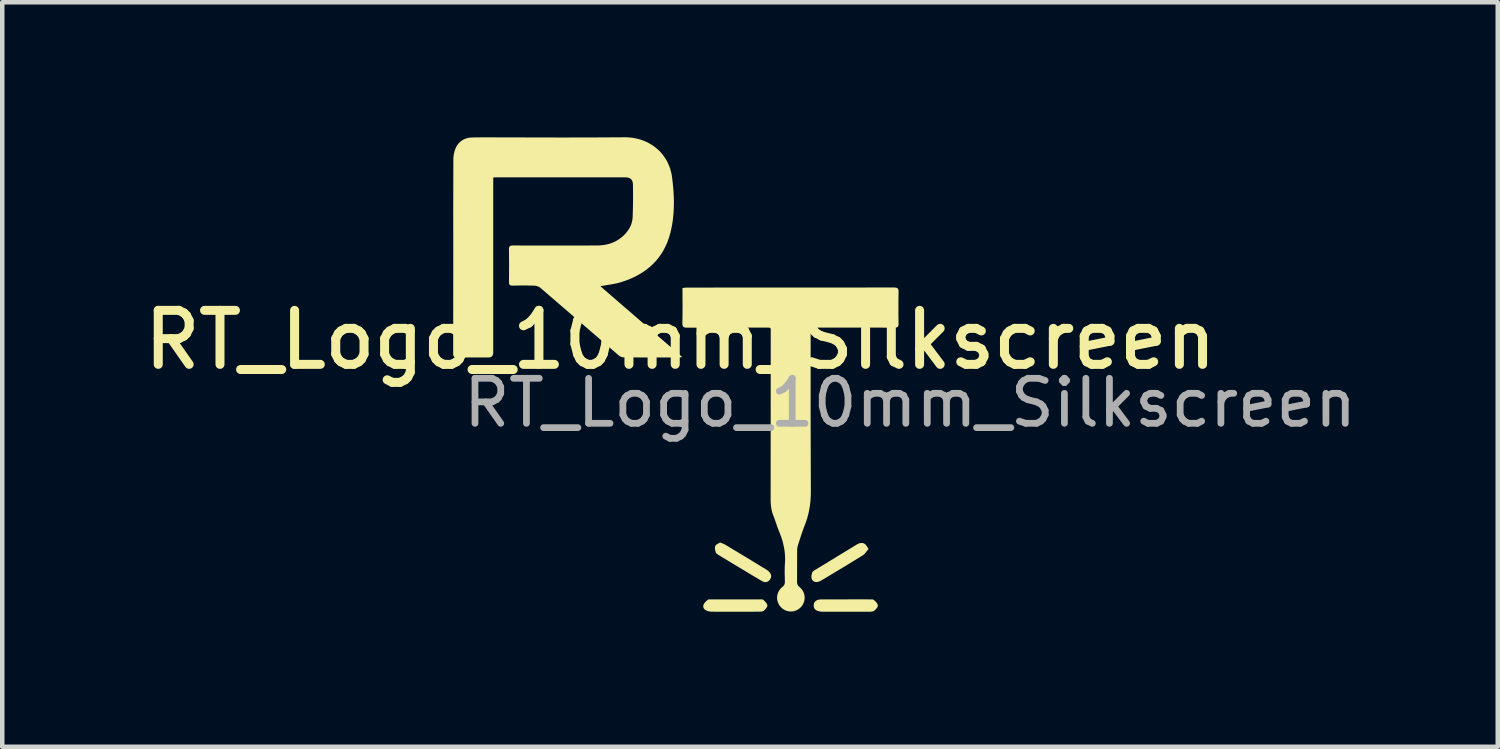
<source format=kicad_pcb>
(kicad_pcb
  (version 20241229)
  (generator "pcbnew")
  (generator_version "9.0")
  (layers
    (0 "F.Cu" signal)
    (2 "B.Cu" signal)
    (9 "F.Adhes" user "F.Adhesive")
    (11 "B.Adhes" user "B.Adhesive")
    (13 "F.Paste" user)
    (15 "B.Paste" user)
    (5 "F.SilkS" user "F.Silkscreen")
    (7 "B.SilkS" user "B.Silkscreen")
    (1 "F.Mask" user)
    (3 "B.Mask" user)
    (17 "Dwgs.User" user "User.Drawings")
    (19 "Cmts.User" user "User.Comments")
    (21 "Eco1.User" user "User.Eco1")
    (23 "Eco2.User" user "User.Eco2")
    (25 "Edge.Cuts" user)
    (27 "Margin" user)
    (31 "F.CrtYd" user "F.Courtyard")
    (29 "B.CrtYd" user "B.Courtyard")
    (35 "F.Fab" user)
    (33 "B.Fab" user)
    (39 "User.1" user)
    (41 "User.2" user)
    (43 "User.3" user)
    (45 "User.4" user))
  (footprint "RT_Logo_10mm_Silkscreen"
    (layer "F.Cu")
    (at 12.066 5.1)
    (property "Reference" "RT_Logo_10mm_Silkscreen" (at 0 -0.6 0) (unlocked yes) (layer "F.SilkS") (effects (font (size 1.2 1.2) (thickness 0.2))))
    (attr smd)
    (fp_poly (pts (xy 0.882 3.902) (xy 0.882 3.902) (xy 0.882 3.902)) (stroke (width 0) (type solid)) (fill yes) (layer "F.SilkS"))
    (fp_poly (pts (xy 4.031 3.913) (xy 4.036 3.913) (xy 4.042 3.914) (xy 4.048 3.915) (xy 4.054 3.916) (xy 4.06 3.917) (xy 4.066 3.919) (xy 4.071 3.921) (xy 4.077 3.924) (xy 4.083 3.927) (xy 4.089 3.93) (xy 4.095 3.933) (xy 4.098 3.935) (xy 4.101 3.937) (xy 4.103 3.94) (xy 4.106 3.942) (xy 4.112 3.947) (xy 4.117 3.953) (xy 4.122 3.959) (xy 4.127 3.965) (xy 4.132 3.972) (xy 4.137 3.979) (xy 4.147 3.994) (xy 4.157 4.011) (xy 4.169 4.028) (xy 4.175 4.037) (xy 4.181 4.046) (xy 4.181 4.046) (xy 4.172 4.056) (xy 4.164 4.066) (xy 4.148 4.086) (xy 4.118 4.124) (xy 4.11 4.133) (xy 4.103 4.142) (xy 4.095 4.151) (xy 4.087 4.159) (xy 4.079 4.166) (xy 4.071 4.173) (xy 4.062 4.18) (xy 4.054 4.186) (xy 3.83 4.324) (xy 3.605 4.461) (xy 3.154 4.732) (xy 3.143 4.738) (xy 3.133 4.744) (xy 3.122 4.75) (xy 3.111 4.756) (xy 3.1 4.761) (xy 3.089 4.766) (xy 3.083 4.768) (xy 3.077 4.77) (xy 3.072 4.772) (xy 3.066 4.774) (xy 3.054 4.777) (xy 3.043 4.779) (xy 3.031 4.78) (xy 3.02 4.781) (xy 3.009 4.78) (xy 2.999 4.779) (xy 2.988 4.776) (xy 2.978 4.773) (xy 2.974 4.771) (xy 2.969 4.769) (xy 2.964 4.767) (xy 2.96 4.764) (xy 2.956 4.762) (xy 2.952 4.759) (xy 2.948 4.755) (xy 2.944 4.752) (xy 2.94 4.748) (xy 2.937 4.744) (xy 2.934 4.74) (xy 2.93 4.736) (xy 2.928 4.731) (xy 2.925 4.726) (xy 2.922 4.721) (xy 2.92 4.716) (xy 2.917 4.708) (xy 2.915 4.7) (xy 2.913 4.692) (xy 2.912 4.683) (xy 2.912 4.674) (xy 2.911 4.665) (xy 2.912 4.656) (xy 2.912 4.646) (xy 2.913 4.637) (xy 2.914 4.628) (xy 2.916 4.618) (xy 2.918 4.609) (xy 2.92 4.6) (xy 2.922 4.591) (xy 2.927 4.573) (xy 2.928 4.571) (xy 2.928 4.568) (xy 2.93 4.566) (xy 2.931 4.564) (xy 2.932 4.561) (xy 2.934 4.559) (xy 2.935 4.557) (xy 2.937 4.554) (xy 2.939 4.552) (xy 2.941 4.55) (xy 2.945 4.546) (xy 2.95 4.542) (xy 2.955 4.537) (xy 2.96 4.534) (xy 2.965 4.53) (xy 2.97 4.526) (xy 2.976 4.522) (xy 2.987 4.515) (xy 2.997 4.509) (xy 3.91 3.953) (xy 3.921 3.946) (xy 3.933 3.94) (xy 3.944 3.934) (xy 3.955 3.929) (xy 3.967 3.924) (xy 3.978 3.92) (xy 3.99 3.917) (xy 4.001 3.915) (xy 4.013 3.913) (xy 4.019 3.913) (xy 4.025 3.913)) (stroke (width 0) (type solid)) (fill yes) (layer "F.SilkS"))
    (fp_poly (pts (xy 0.9 3.91) (xy 0.918 3.916) (xy 0.949 3.929) (xy 0.963 3.934) (xy 0.976 3.94) (xy 0.989 3.947) (xy 0.995 3.95) (xy 1.001 3.954) (xy 1.459 4.23) (xy 1.915 4.508) (xy 1.922 4.512) (xy 1.929 4.517) (xy 1.936 4.522) (xy 1.942 4.527) (xy 1.948 4.532) (xy 1.955 4.537) (xy 1.961 4.543) (xy 1.967 4.548) (xy 1.976 4.558) (xy 1.984 4.567) (xy 1.991 4.577) (xy 1.995 4.582) (xy 1.998 4.587) (xy 2.001 4.592) (xy 2.003 4.598) (xy 2.006 4.603) (xy 2.008 4.608) (xy 2.01 4.613) (xy 2.011 4.618) (xy 2.013 4.624) (xy 2.014 4.629) (xy 2.015 4.635) (xy 2.015 4.64) (xy 2.016 4.645) (xy 2.016 4.651) (xy 2.015 4.656) (xy 2.015 4.662) (xy 2.014 4.668) (xy 2.013 4.673) (xy 2.012 4.679) (xy 2.01 4.684) (xy 2.008 4.69) (xy 2.006 4.696) (xy 2.003 4.701) (xy 2.001 4.707) (xy 1.998 4.713) (xy 1.994 4.718) (xy 1.99 4.724) (xy 1.986 4.73) (xy 1.982 4.735) (xy 1.978 4.74) (xy 1.973 4.745) (xy 1.969 4.749) (xy 1.964 4.753) (xy 1.96 4.757) (xy 1.955 4.761) (xy 1.95 4.764) (xy 1.945 4.767) (xy 1.94 4.77) (xy 1.934 4.773) (xy 1.929 4.775) (xy 1.924 4.777) (xy 1.918 4.779) (xy 1.913 4.78) (xy 1.907 4.781) (xy 1.901 4.782) (xy 1.895 4.783) (xy 1.89 4.783) (xy 1.884 4.783) (xy 1.878 4.782) (xy 1.872 4.782) (xy 1.866 4.781) (xy 1.86 4.779) (xy 1.854 4.777) (xy 1.848 4.775) (xy 1.841 4.773) (xy 1.835 4.771) (xy 1.829 4.768) (xy 1.823 4.764) (xy 1.769 4.734) (xy 1.715 4.702) (xy 1.608 4.639) (xy 1.395 4.51) (xy 1.126 4.349) (xy 0.857 4.186) (xy 0.847 4.179) (xy 0.836 4.173) (xy 0.83 4.169) (xy 0.825 4.165) (xy 0.82 4.161) (xy 0.815 4.158) (xy 0.81 4.153) (xy 0.805 4.149) (xy 0.801 4.145) (xy 0.797 4.141) (xy 0.793 4.136) (xy 0.79 4.131) (xy 0.789 4.129) (xy 0.788 4.127) (xy 0.787 4.124) (xy 0.786 4.122) (xy 0.781 4.104) (xy 0.776 4.086) (xy 0.774 4.077) (xy 0.772 4.067) (xy 0.77 4.058) (xy 0.769 4.048) (xy 0.768 4.039) (xy 0.768 4.029) (xy 0.768 4.02) (xy 0.768 4.011) (xy 0.769 4.003) (xy 0.771 3.994) (xy 0.773 3.986) (xy 0.776 3.979) (xy 0.777 3.975) (xy 0.779 3.972) (xy 0.781 3.969) (xy 0.783 3.966) (xy 0.786 3.963) (xy 0.788 3.96) (xy 0.791 3.958) (xy 0.794 3.955) (xy 0.8 3.95) (xy 0.807 3.945) (xy 0.814 3.94) (xy 0.821 3.936) (xy 0.829 3.931) (xy 0.837 3.927) (xy 0.853 3.919) (xy 0.868 3.911) (xy 0.875 3.906) (xy 0.882 3.902)) (stroke (width 0) (type solid)) (fill yes) (layer "F.SilkS"))
    (fp_poly (pts (xy 1.798 5.166) (xy 1.804 5.166) (xy 1.81 5.166) (xy 1.816 5.167) (xy 1.821 5.168) (xy 1.827 5.169) (xy 1.831 5.171) (xy 1.836 5.173) (xy 1.838 5.174) (xy 1.84 5.175) (xy 1.842 5.177) (xy 1.844 5.178) (xy 1.858 5.191) (xy 1.873 5.205) (xy 1.88 5.213) (xy 1.887 5.22) (xy 1.894 5.228) (xy 1.9 5.235) (xy 1.907 5.243) (xy 1.912 5.251) (xy 1.917 5.259) (xy 1.922 5.267) (xy 1.924 5.271) (xy 1.925 5.275) (xy 1.927 5.279) (xy 1.928 5.283) (xy 1.93 5.287) (xy 1.93 5.291) (xy 1.931 5.295) (xy 1.932 5.299) (xy 1.932 5.303) (xy 1.932 5.307) (xy 1.931 5.31) (xy 1.931 5.314) (xy 1.93 5.318) (xy 1.929 5.322) (xy 1.927 5.326) (xy 1.926 5.329) (xy 1.922 5.337) (xy 1.917 5.345) (xy 1.912 5.353) (xy 1.907 5.361) (xy 1.901 5.369) (xy 1.894 5.376) (xy 1.888 5.384) (xy 1.881 5.391) (xy 1.874 5.398) (xy 1.867 5.405) (xy 1.86 5.411) (xy 1.853 5.417) (xy 1.851 5.419) (xy 1.848 5.421) (xy 1.846 5.422) (xy 1.843 5.424) (xy 1.838 5.427) (xy 1.832 5.429) (xy 1.826 5.431) (xy 1.82 5.433) (xy 1.813 5.434) (xy 1.807 5.436) (xy 1.8 5.437) (xy 1.793 5.437) (xy 1.786 5.438) (xy 1.779 5.438) (xy 1.765 5.439) (xy 1.752 5.439) (xy 1.619 5.44) (xy 1.486 5.44) (xy 1.22 5.44) (xy 1.22 5.441) (xy 0.958 5.441) (xy 0.827 5.441) (xy 0.696 5.439) (xy 0.69 5.439) (xy 0.683 5.439) (xy 0.676 5.439) (xy 0.67 5.438) (xy 0.663 5.437) (xy 0.657 5.436) (xy 0.644 5.434) (xy 0.631 5.431) (xy 0.618 5.428) (xy 0.605 5.424) (xy 0.593 5.42) (xy 0.582 5.416) (xy 0.572 5.412) (xy 0.562 5.406) (xy 0.558 5.403) (xy 0.553 5.4) (xy 0.549 5.397) (xy 0.545 5.394) (xy 0.541 5.391) (xy 0.537 5.387) (xy 0.534 5.384) (xy 0.53 5.38) (xy 0.527 5.376) (xy 0.524 5.372) (xy 0.521 5.368) (xy 0.519 5.364) (xy 0.517 5.359) (xy 0.515 5.355) (xy 0.513 5.351) (xy 0.511 5.346) (xy 0.51 5.341) (xy 0.509 5.337) (xy 0.508 5.332) (xy 0.508 5.327) (xy 0.507 5.322) (xy 0.508 5.317) (xy 0.508 5.312) (xy 0.509 5.306) (xy 0.51 5.301) (xy 0.511 5.296) (xy 0.514 5.287) (xy 0.517 5.279) (xy 0.521 5.271) (xy 0.526 5.263) (xy 0.531 5.255) (xy 0.537 5.247) (xy 0.542 5.239) (xy 0.549 5.232) (xy 0.555 5.224) (xy 0.562 5.217) (xy 0.569 5.21) (xy 0.576 5.203) (xy 0.591 5.19) (xy 0.605 5.177) (xy 0.607 5.176) (xy 0.609 5.175) (xy 0.611 5.173) (xy 0.613 5.172) (xy 0.615 5.171) (xy 0.618 5.17) (xy 0.622 5.169) (xy 0.628 5.168) (xy 0.633 5.167) (xy 0.639 5.166) (xy 0.645 5.166) (xy 0.651 5.166) (xy 0.657 5.166) (xy 0.669 5.166) (xy 0.681 5.166) (xy 0.692 5.166) (xy 1.756 5.166) (xy 1.78 5.166) (xy 1.792 5.165)) (stroke (width 0) (type solid)) (fill yes) (layer "F.SilkS"))
    (fp_poly (pts (xy 4.212 5.166) (xy 4.235 5.166) (xy 4.247 5.166) (xy 4.253 5.166) (xy 4.259 5.166) (xy 4.265 5.167) (xy 4.271 5.168) (xy 4.276 5.169) (xy 4.282 5.17) (xy 4.286 5.172) (xy 4.291 5.174) (xy 4.293 5.175) (xy 4.295 5.176) (xy 4.297 5.177) (xy 4.299 5.179) (xy 4.313 5.192) (xy 4.328 5.206) (xy 4.335 5.213) (xy 4.342 5.221) (xy 4.349 5.229) (xy 4.355 5.236) (xy 4.361 5.244) (xy 4.367 5.252) (xy 4.372 5.26) (xy 4.376 5.268) (xy 4.378 5.272) (xy 4.38 5.277) (xy 4.382 5.281) (xy 4.383 5.285) (xy 4.384 5.289) (xy 4.385 5.293) (xy 4.386 5.297) (xy 4.386 5.301) (xy 4.386 5.305) (xy 4.386 5.308) (xy 4.386 5.312) (xy 4.385 5.316) (xy 4.384 5.319) (xy 4.383 5.323) (xy 4.382 5.327) (xy 4.38 5.331) (xy 4.376 5.339) (xy 4.372 5.347) (xy 4.367 5.355) (xy 4.361 5.362) (xy 4.355 5.37) (xy 4.348 5.378) (xy 4.341 5.385) (xy 4.335 5.392) (xy 4.327 5.399) (xy 4.32 5.406) (xy 4.313 5.412) (xy 4.307 5.418) (xy 4.304 5.42) (xy 4.302 5.422) (xy 4.299 5.423) (xy 4.297 5.425) (xy 4.291 5.427) (xy 4.286 5.43) (xy 4.28 5.432) (xy 4.273 5.434) (xy 4.267 5.435) (xy 4.26 5.436) (xy 4.253 5.437) (xy 4.246 5.438) (xy 4.239 5.439) (xy 4.232 5.439) (xy 4.218 5.44) (xy 4.205 5.44) (xy 3.677 5.441) (xy 3.149 5.44) (xy 3.143 5.44) (xy 3.137 5.439) (xy 3.131 5.439) (xy 3.125 5.438) (xy 3.119 5.438) (xy 3.113 5.437) (xy 3.101 5.435) (xy 3.089 5.433) (xy 3.077 5.43) (xy 3.065 5.427) (xy 3.053 5.423) (xy 3.048 5.421) (xy 3.042 5.419) (xy 3.037 5.417) (xy 3.031 5.415) (xy 3.026 5.412) (xy 3.022 5.409) (xy 3.017 5.407) (xy 3.012 5.404) (xy 3.008 5.401) (xy 3.004 5.398) (xy 3 5.394) (xy 2.996 5.391) (xy 2.993 5.387) (xy 2.989 5.383) (xy 2.986 5.38) (xy 2.983 5.376) (xy 2.98 5.371) (xy 2.978 5.367) (xy 2.975 5.363) (xy 2.973 5.358) (xy 2.971 5.353) (xy 2.969 5.349) (xy 2.967 5.344) (xy 2.966 5.339) (xy 2.965 5.334) (xy 2.964 5.328) (xy 2.963 5.323) (xy 2.962 5.317) (xy 2.962 5.311) (xy 2.962 5.306) (xy 2.962 5.3) (xy 2.962 5.294) (xy 2.963 5.287) (xy 2.963 5.281) (xy 2.964 5.275) (xy 2.965 5.269) (xy 2.967 5.263) (xy 2.968 5.258) (xy 2.97 5.252) (xy 2.972 5.247) (xy 2.974 5.242) (xy 2.977 5.237) (xy 2.979 5.233) (xy 2.982 5.228) (xy 2.985 5.224) (xy 2.988 5.22) (xy 2.991 5.216) (xy 2.995 5.212) (xy 2.999 5.208) (xy 3.003 5.205) (xy 3.007 5.201) (xy 3.011 5.198) (xy 3.015 5.195) (xy 3.02 5.192) (xy 3.025 5.19) (xy 3.029 5.187) (xy 3.04 5.183) (xy 3.051 5.179) (xy 3.062 5.175) (xy 3.074 5.172) (xy 3.083 5.171) (xy 3.092 5.17) (xy 3.102 5.169) (xy 3.111 5.168) (xy 3.12 5.167) (xy 3.129 5.167) (xy 3.138 5.167) (xy 3.147 5.166) (xy 3.679 5.166) (xy 3.679 5.166) (xy 3.679 5.166) (xy 3.946 5.165)) (stroke (width 0) (type solid)) (fill yes) (layer "F.SilkS"))
    (fp_poly (pts (xy 4.759 -1.762) (xy 4.771 -1.762) (xy 4.783 -1.76) (xy 4.793 -1.758) (xy 4.798 -1.757) (xy 4.803 -1.756) (xy 4.807 -1.754) (xy 4.811 -1.753) (xy 4.815 -1.751) (xy 4.819 -1.748) (xy 4.822 -1.746) (xy 4.825 -1.743) (xy 4.828 -1.74) (xy 4.831 -1.737) (xy 4.833 -1.734) (xy 4.836 -1.73) (xy 4.838 -1.726) (xy 4.84 -1.722) (xy 4.841 -1.718) (xy 4.843 -1.713) (xy 4.844 -1.708) (xy 4.845 -1.702) (xy 4.846 -1.697) (xy 4.846 -1.691) (xy 4.847 -1.678) (xy 4.847 -1.663) (xy 4.844 -1.487) (xy 4.844 -1.311) (xy 4.844 -1.135) (xy 4.847 -0.959) (xy 4.846 -0.947) (xy 4.846 -0.936) (xy 4.845 -0.93) (xy 4.845 -0.926) (xy 4.844 -0.921) (xy 4.843 -0.916) (xy 4.841 -0.912) (xy 4.84 -0.908) (xy 4.839 -0.905) (xy 4.837 -0.901) (xy 4.835 -0.898) (xy 4.833 -0.895) (xy 4.83 -0.892) (xy 4.828 -0.889) (xy 4.825 -0.887) (xy 4.822 -0.884) (xy 4.819 -0.882) (xy 4.816 -0.881) (xy 4.812 -0.879) (xy 4.809 -0.877) (xy 4.805 -0.876) (xy 4.8 -0.875) (xy 4.796 -0.874) (xy 4.791 -0.873) (xy 4.781 -0.872) (xy 4.77 -0.871) (xy 4.758 -0.871) (xy 3.006 -0.872) (xy 2.894 -0.872) (xy 2.894 -0.872) (xy 2.894 -0.756) (xy 2.893 0.996) (xy 2.898 2.747) (xy 2.897 2.846) (xy 2.892 2.943) (xy 2.888 2.991) (xy 2.883 3.039) (xy 2.877 3.086) (xy 2.869 3.133) (xy 2.861 3.18) (xy 2.852 3.227) (xy 2.841 3.274) (xy 2.829 3.32) (xy 2.816 3.367) (xy 2.801 3.413) (xy 2.785 3.459) (xy 2.768 3.505) (xy 2.746 3.561) (xy 2.726 3.618) (xy 2.706 3.675) (xy 2.686 3.732) (xy 2.649 3.846) (xy 2.612 3.961) (xy 2.61 3.969) (xy 2.608 3.977) (xy 2.606 3.985) (xy 2.604 3.992) (xy 2.601 4.008) (xy 2.598 4.025) (xy 2.596 4.041) (xy 2.595 4.057) (xy 2.594 4.074) (xy 2.594 4.09) (xy 2.592 4.777) (xy 2.592 4.787) (xy 2.592 4.796) (xy 2.593 4.804) (xy 2.595 4.813) (xy 2.597 4.821) (xy 2.599 4.828) (xy 2.602 4.836) (xy 2.605 4.843) (xy 2.608 4.85) (xy 2.613 4.856) (xy 2.617 4.863) (xy 2.622 4.869) (xy 2.628 4.875) (xy 2.634 4.882) (xy 2.641 4.888) (xy 2.648 4.894) (xy 2.661 4.905) (xy 2.673 4.917) (xy 2.684 4.929) (xy 2.695 4.942) (xy 2.705 4.955) (xy 2.713 4.968) (xy 2.722 4.981) (xy 2.729 4.995) (xy 2.736 5.01) (xy 2.742 5.024) (xy 2.747 5.039) (xy 2.751 5.053) (xy 2.754 5.068) (xy 2.757 5.084) (xy 2.759 5.099) (xy 2.76 5.114) (xy 2.761 5.129) (xy 2.76 5.145) (xy 2.759 5.16) (xy 2.757 5.175) (xy 2.754 5.19) (xy 2.751 5.206) (xy 2.746 5.22) (xy 2.741 5.235) (xy 2.735 5.25) (xy 2.729 5.264) (xy 2.721 5.278) (xy 2.713 5.292) (xy 2.704 5.305) (xy 2.694 5.318) (xy 2.683 5.331) (xy 2.672 5.343) (xy 2.66 5.355) (xy 2.648 5.365) (xy 2.636 5.375) (xy 2.623 5.384) (xy 2.61 5.392) (xy 2.597 5.4) (xy 2.583 5.407) (xy 2.569 5.413) (xy 2.555 5.418) (xy 2.541 5.423) (xy 2.526 5.427) (xy 2.512 5.43) (xy 2.497 5.432) (xy 2.482 5.434) (xy 2.467 5.435) (xy 2.452 5.435) (xy 2.437 5.435) (xy 2.422 5.433) (xy 2.408 5.432) (xy 2.393 5.429) (xy 2.378 5.425) (xy 2.364 5.421) (xy 2.349 5.416) (xy 2.335 5.411) (xy 2.321 5.404) (xy 2.308 5.397) (xy 2.294 5.389) (xy 2.281 5.381) (xy 2.269 5.371) (xy 2.256 5.361) (xy 2.245 5.351) (xy 2.233 5.339) (xy 2.222 5.327) (xy 2.211 5.314) (xy 2.202 5.301) (xy 2.193 5.287) (xy 2.185 5.273) (xy 2.178 5.259) (xy 2.171 5.245) (xy 2.166 5.23) (xy 2.161 5.215) (xy 2.157 5.2) (xy 2.153 5.185) (xy 2.151 5.17) (xy 2.149 5.155) (xy 2.148 5.139) (xy 2.148 5.124) (xy 2.149 5.109) (xy 2.15 5.094) (xy 2.152 5.078) (xy 2.155 5.063) (xy 2.159 5.048) (xy 2.164 5.033) (xy 2.169 5.019) (xy 2.175 5.005) (xy 2.182 4.99) (xy 2.19 4.977) (xy 2.198 4.963) (xy 2.207 4.95) (xy 2.217 4.937) (xy 2.228 4.925) (xy 2.24 4.913) (xy 2.252 4.902) (xy 2.265 4.891) (xy 2.273 4.884) (xy 2.281 4.877) (xy 2.287 4.871) (xy 2.293 4.864) (xy 2.296 4.86) (xy 2.298 4.857) (xy 2.301 4.853) (xy 2.303 4.849) (xy 2.305 4.846) (xy 2.307 4.842) (xy 2.309 4.838) (xy 2.311 4.835) (xy 2.314 4.827) (xy 2.316 4.819) (xy 2.318 4.811) (xy 2.319 4.802) (xy 2.32 4.794) (xy 2.321 4.785) (xy 2.321 4.775) (xy 2.321 4.766) (xy 2.317 4.573) (xy 2.317 4.525) (xy 2.318 4.477) (xy 2.319 4.429) (xy 2.322 4.381) (xy 2.325 4.334) (xy 2.326 4.288) (xy 2.326 4.242) (xy 2.324 4.196) (xy 2.321 4.15) (xy 2.316 4.105) (xy 2.31 4.06) (xy 2.302 4.015) (xy 2.293 3.971) (xy 2.283 3.926) (xy 2.272 3.882) (xy 2.259 3.839) (xy 2.245 3.795) (xy 2.23 3.751) (xy 2.213 3.708) (xy 2.196 3.665) (xy 2.177 3.619) (xy 2.16 3.574) (xy 2.128 3.481) (xy 2.096 3.388) (xy 2.079 3.342) (xy 2.062 3.296) (xy 2.054 3.275) (xy 2.047 3.255) (xy 2.04 3.234) (xy 2.035 3.213) (xy 2.029 3.191) (xy 2.025 3.17) (xy 2.021 3.149) (xy 2.017 3.128) (xy 2.014 3.106) (xy 2.012 3.085) (xy 2.008 3.041) (xy 2.006 2.997) (xy 2.005 2.953) (xy 2.007 -0.747) (xy 2.007 -0.823) (xy 2.007 -0.836) (xy 2.006 -0.841) (xy 2.005 -0.846) (xy 2.004 -0.85) (xy 2.002 -0.854) (xy 2 -0.857) (xy 1.998 -0.86) (xy 1.995 -0.863) (xy 1.992 -0.865) (xy 1.988 -0.867) (xy 1.984 -0.868) (xy 1.979 -0.869) (xy 1.974 -0.87) (xy 1.961 -0.871) (xy 1.945 -0.872) (xy 1.926 -0.872) (xy 1.878 -0.872) (xy 1.014 -0.872) (xy 0.151 -0.87) (xy 0.136 -0.87) (xy 0.123 -0.871) (xy 0.111 -0.872) (xy 0.105 -0.873) (xy 0.1 -0.874) (xy 0.095 -0.875) (xy 0.09 -0.877) (xy 0.085 -0.878) (xy 0.081 -0.88) (xy 0.077 -0.882) (xy 0.073 -0.885) (xy 0.07 -0.887) (xy 0.067 -0.89) (xy 0.064 -0.893) (xy 0.061 -0.896) (xy 0.058 -0.9) (xy 0.056 -0.903) (xy 0.054 -0.907) (xy 0.052 -0.912) (xy 0.05 -0.916) (xy 0.049 -0.921) (xy 0.048 -0.927) (xy 0.047 -0.933) (xy 0.046 -0.939) (xy 0.045 -0.945) (xy 0.044 -0.959) (xy 0.044 -0.974) (xy 0.047 -1.166) (xy 0.048 -1.36) (xy 0.046 -1.752) (xy 0.059 -1.753) (xy 0.072 -1.755) (xy 0.097 -1.757) (xy 0.109 -1.759) (xy 0.121 -1.76) (xy 0.132 -1.76) (xy 0.144 -1.761) (xy 4.745 -1.763)) (stroke (width 0) (type solid)) (fill yes) (layer "F.SilkS"))
    (fp_poly (pts (xy -1.2 -5.1) (xy -1.148 -5.097) (xy -1.097 -5.093) (xy -1.047 -5.086) (xy -0.998 -5.077) (xy -0.95 -5.066) (xy -0.903 -5.053) (xy -0.858 -5.039) (xy -0.813 -5.022) (xy -0.769 -5.004) (xy -0.727 -4.984) (xy -0.686 -4.962) (xy -0.646 -4.938) (xy -0.607 -4.913) (xy -0.57 -4.886) (xy -0.534 -4.858) (xy -0.5 -4.828) (xy -0.467 -4.797) (xy -0.436 -4.764) (xy -0.406 -4.73) (xy -0.378 -4.694) (xy -0.352 -4.657) (xy -0.327 -4.619) (xy -0.304 -4.58) (xy -0.283 -4.539) (xy -0.264 -4.497) (xy -0.246 -4.454) (xy -0.23 -4.41) (xy -0.217 -4.365) (xy -0.205 -4.319) (xy -0.195 -4.273) (xy -0.187 -4.225) (xy -0.168 -4.07) (xy -0.154 -3.914) (xy -0.146 -3.758) (xy -0.144 -3.679) (xy -0.145 -3.601) (xy -0.147 -3.523) (xy -0.151 -3.445) (xy -0.157 -3.367) (xy -0.165 -3.289) (xy -0.175 -3.212) (xy -0.188 -3.134) (xy -0.204 -3.057) (xy -0.222 -2.98) (xy -0.252 -2.874) (xy -0.288 -2.773) (xy -0.33 -2.678) (xy -0.377 -2.587) (xy -0.429 -2.502) (xy -0.487 -2.422) (xy -0.55 -2.346) (xy -0.618 -2.276) (xy -0.69 -2.211) (xy -0.767 -2.15) (xy -0.849 -2.094) (xy -0.936 -2.042) (xy -1.027 -1.995) (xy -1.122 -1.952) (xy -1.221 -1.914) (xy -1.324 -1.88) (xy -1.351 -1.872) (xy -1.378 -1.865) (xy -1.432 -1.852) (xy -1.488 -1.841) (xy -1.544 -1.831) (xy -1.659 -1.812) (xy -1.718 -1.802) (xy -1.778 -1.791) (xy 0.043 -0.216) (xy 0.014 -0.213) (xy -0.008 -0.211) (xy -0.018 -0.21) (xy -0.027 -0.209) (xy -0.036 -0.209) (xy -0.044 -0.208) (xy -0.65 -0.208) (xy -1.256 -0.21) (xy -1.263 -0.21) (xy -1.27 -0.211) (xy -1.278 -0.212) (xy -1.286 -0.214) (xy -1.293 -0.216) (xy -1.301 -0.218) (xy -1.309 -0.22) (xy -1.317 -0.223) (xy -1.324 -0.226) (xy -1.331 -0.23) (xy -1.339 -0.233) (xy -1.346 -0.237) (xy -1.352 -0.241) (xy -1.359 -0.246) (xy -1.365 -0.25) (xy -1.371 -0.255) (xy -3.106 -1.751) (xy -3.112 -1.757) (xy -3.12 -1.762) (xy -3.127 -1.767) (xy -3.135 -1.772) (xy -3.143 -1.776) (xy -3.152 -1.78) (xy -3.161 -1.784) (xy -3.17 -1.788) (xy -3.179 -1.791) (xy -3.188 -1.794) (xy -3.197 -1.796) (xy -3.206 -1.799) (xy -3.216 -1.8) (xy -3.225 -1.802) (xy -3.234 -1.803) (xy -3.243 -1.803) (xy -3.303 -1.805) (xy -3.363 -1.807) (xy -3.484 -1.808) (xy -3.605 -1.807) (xy -3.725 -1.804) (xy -3.737 -1.804) (xy -3.743 -1.805) (xy -3.748 -1.805) (xy -3.753 -1.805) (xy -3.758 -1.806) (xy -3.762 -1.807) (xy -3.766 -1.808) (xy -3.77 -1.809) (xy -3.774 -1.811) (xy -3.777 -1.812) (xy -3.781 -1.814) (xy -3.784 -1.816) (xy -3.787 -1.818) (xy -3.789 -1.82) (xy -3.792 -1.823) (xy -3.794 -1.825) (xy -3.796 -1.828) (xy -3.798 -1.831) (xy -3.8 -1.834) (xy -3.801 -1.838) (xy -3.803 -1.841) (xy -3.804 -1.845) (xy -3.805 -1.849) (xy -3.806 -1.853) (xy -3.807 -1.858) (xy -3.808 -1.867) (xy -3.808 -1.878) (xy -3.808 -1.889) (xy -3.807 -2.069) (xy -3.806 -2.249) (xy -3.807 -2.429) (xy -3.809 -2.609) (xy -3.809 -2.622) (xy -3.808 -2.633) (xy -3.807 -2.638) (xy -3.807 -2.643) (xy -3.806 -2.648) (xy -3.805 -2.652) (xy -3.803 -2.657) (xy -3.802 -2.661) (xy -3.8 -2.664) (xy -3.799 -2.668) (xy -3.797 -2.671) (xy -3.794 -2.674) (xy -3.792 -2.677) (xy -3.79 -2.679) (xy -3.787 -2.682) (xy -3.784 -2.684) (xy -3.781 -2.686) (xy -3.777 -2.687) (xy -3.774 -2.689) (xy -3.77 -2.69) (xy -3.766 -2.692) (xy -3.762 -2.693) (xy -3.757 -2.694) (xy -3.753 -2.695) (xy -3.743 -2.696) (xy -3.732 -2.696) (xy -3.72 -2.696) (xy -2.787 -2.695) (xy -1.853 -2.696) (xy -1.81 -2.697) (xy -1.768 -2.7) (xy -1.726 -2.704) (xy -1.685 -2.71) (xy -1.644 -2.718) (xy -1.604 -2.727) (xy -1.564 -2.739) (xy -1.526 -2.752) (xy -1.488 -2.767) (xy -1.45 -2.785) (xy -1.414 -2.804) (xy -1.378 -2.825) (xy -1.344 -2.849) (xy -1.31 -2.875) (xy -1.277 -2.903) (xy -1.245 -2.934) (xy -1.225 -2.955) (xy -1.206 -2.976) (xy -1.188 -2.998) (xy -1.171 -3.021) (xy -1.155 -3.044) (xy -1.14 -3.068) (xy -1.126 -3.092) (xy -1.114 -3.117) (xy -1.102 -3.142) (xy -1.092 -3.168) (xy -1.084 -3.194) (xy -1.076 -3.221) (xy -1.07 -3.248) (xy -1.066 -3.276) (xy -1.062 -3.304) (xy -1.06 -3.333) (xy -1.055 -3.511) (xy -1.052 -3.689) (xy -1.052 -3.867) (xy -1.054 -4.045) (xy -1.054 -4.056) (xy -1.055 -4.066) (xy -1.056 -4.076) (xy -1.057 -4.085) (xy -1.059 -4.095) (xy -1.061 -4.104) (xy -1.063 -4.112) (xy -1.066 -4.12) (xy -1.069 -4.128) (xy -1.072 -4.135) (xy -1.076 -4.142) (xy -1.08 -4.149) (xy -1.084 -4.155) (xy -1.089 -4.161) (xy -1.094 -4.166) (xy -1.099 -4.172) (xy -1.105 -4.176) (xy -1.111 -4.181) (xy -1.117 -4.185) (xy -1.124 -4.189) (xy -1.131 -4.192) (xy -1.138 -4.196) (xy -1.146 -4.199) (xy -1.154 -4.201) (xy -1.163 -4.203) (xy -1.171 -4.205) (xy -1.181 -4.207) (xy -1.19 -4.208) (xy -1.21 -4.21) (xy -1.232 -4.211) (xy -4.097 -4.211) (xy -4.103 -4.211) (xy -4.109 -4.211) (xy -4.115 -4.21) (xy -4.122 -4.209) (xy -4.138 -4.208) (xy -4.148 -4.207) (xy -4.158 -4.206) (xy -4.158 -4.205) (xy -4.158 -4.093) (xy -4.158 -0.319) (xy -4.159 -0.306) (xy -4.159 -0.3) (xy -4.16 -0.293) (xy -4.161 -0.287) (xy -4.162 -0.282) (xy -4.164 -0.276) (xy -4.165 -0.271) (xy -4.167 -0.266) (xy -4.169 -0.261) (xy -4.171 -0.256) (xy -4.174 -0.252) (xy -4.176 -0.247) (xy -4.179 -0.243) (xy -4.182 -0.24) (xy -4.186 -0.236) (xy -4.189 -0.233) (xy -4.193 -0.229) (xy -4.197 -0.226) (xy -4.201 -0.224) (xy -4.206 -0.221) (xy -4.21 -0.219) (xy -4.215 -0.217) (xy -4.22 -0.215) (xy -4.225 -0.213) (xy -4.231 -0.212) (xy -4.236 -0.211) (xy -4.242 -0.21) (xy -4.248 -0.209) (xy -4.255 -0.209) (xy -4.261 -0.208) (xy -4.268 -0.208) (xy -4.608 -0.209) (xy -4.778 -0.209) (xy -4.948 -0.206) (xy -4.962 -0.206) (xy -4.974 -0.207) (xy -4.986 -0.208) (xy -4.991 -0.209) (xy -4.996 -0.21) (xy -5.001 -0.211) (xy -5.006 -0.212) (xy -5.01 -0.214) (xy -5.014 -0.216) (xy -5.018 -0.218) (xy -5.021 -0.22) (xy -5.024 -0.223) (xy -5.027 -0.225) (xy -5.03 -0.228) (xy -5.033 -0.232) (xy -5.035 -0.235) (xy -5.037 -0.239) (xy -5.039 -0.243) (xy -5.041 -0.247) (xy -5.042 -0.252) (xy -5.044 -0.256) (xy -5.045 -0.261) (xy -5.046 -0.267) (xy -5.047 -0.272) (xy -5.047 -0.278) (xy -5.048 -0.291) (xy -5.048 -0.306) (xy -5.046 -2.401) (xy -5.047 -3.502) (xy -5.044 -4.603) (xy -5.044 -4.62) (xy -5.043 -4.636) (xy -5.042 -4.653) (xy -5.041 -4.669) (xy -5.039 -4.686) (xy -5.037 -4.703) (xy -5.034 -4.72) (xy -5.031 -4.736) (xy -5.027 -4.753) (xy -5.023 -4.769) (xy -5.019 -4.785) (xy -5.014 -4.802) (xy -5.009 -4.817) (xy -5.004 -4.833) (xy -4.998 -4.848) (xy -4.991 -4.863) (xy -4.985 -4.877) (xy -4.978 -4.891) (xy -4.97 -4.904) (xy -4.963 -4.917) (xy -4.955 -4.929) (xy -4.946 -4.941) (xy -4.937 -4.952) (xy -4.928 -4.963) (xy -4.919 -4.973) (xy -4.909 -4.983) (xy -4.899 -4.993) (xy -4.889 -5.002) (xy -4.878 -5.011) (xy -4.867 -5.019) (xy -4.856 -5.027) (xy -4.845 -5.035) (xy -4.833 -5.042) (xy -4.821 -5.048) (xy -4.809 -5.055) (xy -4.796 -5.06) (xy -4.783 -5.066) (xy -4.77 -5.071) (xy -4.756 -5.075) (xy -4.743 -5.079) (xy -4.729 -5.083) (xy -4.715 -5.086) (xy -4.7 -5.089) (xy -4.686 -5.091) (xy -4.656 -5.094) (xy -4.625 -5.096) (xy -4.482 -5.098) (xy -4.339 -5.099) (xy -4.052 -5.098) (xy -2.652 -5.095) (xy -1.953 -5.096) (xy -1.253 -5.1)) (stroke (width 0) (type solid)) (fill yes) (layer "F.SilkS"))
    (fp_text user "${REFERENCE}" (at -4.9 0.8 0) (unlocked yes) (layer "F.Fab") (effects (font (size 1 1) (thickness 0.15)) (justify left))))
  (gr_rect
    (start -3 -3)
    (end 30.225 13.541)
    (stroke (width 0.1) (type default))
    (fill no)
    (layer "Edge.Cuts")))
</source>
